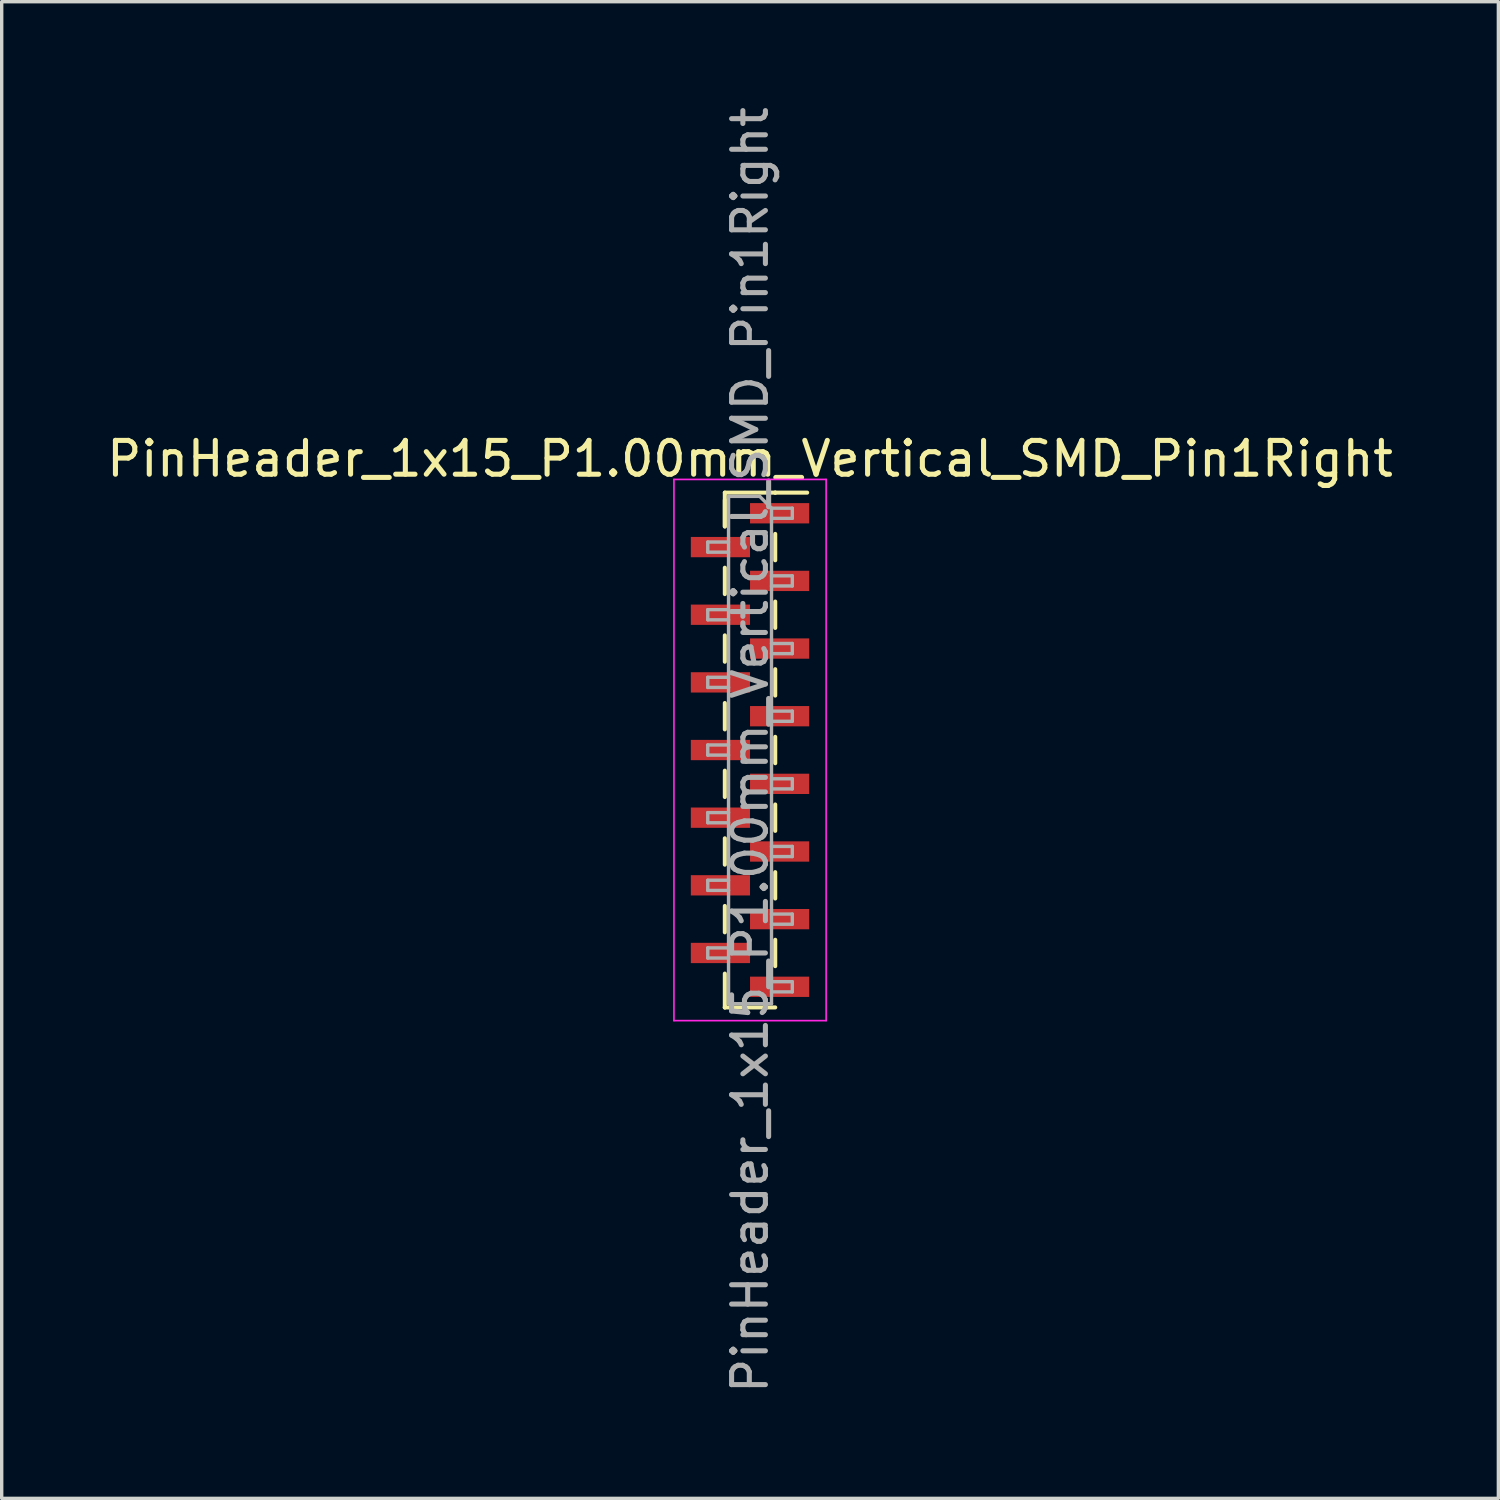
<source format=kicad_pcb>
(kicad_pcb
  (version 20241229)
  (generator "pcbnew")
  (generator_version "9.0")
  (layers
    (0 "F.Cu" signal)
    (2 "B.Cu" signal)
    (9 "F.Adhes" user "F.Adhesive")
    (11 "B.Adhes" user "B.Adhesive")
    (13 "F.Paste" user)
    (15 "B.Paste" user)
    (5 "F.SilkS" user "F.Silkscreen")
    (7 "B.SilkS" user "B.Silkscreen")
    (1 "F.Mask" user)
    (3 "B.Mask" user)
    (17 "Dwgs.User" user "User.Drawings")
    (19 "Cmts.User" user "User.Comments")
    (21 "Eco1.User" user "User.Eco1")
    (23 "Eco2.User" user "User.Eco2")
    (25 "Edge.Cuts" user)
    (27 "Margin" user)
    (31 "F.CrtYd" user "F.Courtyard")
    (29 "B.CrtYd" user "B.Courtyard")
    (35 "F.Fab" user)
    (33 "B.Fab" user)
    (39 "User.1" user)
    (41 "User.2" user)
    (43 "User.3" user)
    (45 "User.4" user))
  (footprint "PinHeader_1x15_P1.00mm_Vertical_SMD_Pin1Right"
    (layer "F.Cu")
    (at 19.125 19.125)
    (property "Reference" "PinHeader_1x15_P1.00mm_Vertical_SMD_Pin1Right" (at 0 -8.61 0) (layer "F.SilkS") (effects (font (size 1 1) (thickness 0.15))))
    (attr smd)
    (fp_line (start -0.745 -7.61) (end -0.745 -6.61) (stroke (width 0.12) (type solid)) (layer "F.SilkS"))
    (fp_line (start -0.745 -7.61) (end 0.745 -7.61) (stroke (width 0.12) (type solid)) (layer "F.SilkS"))
    (fp_line (start -0.745 -7.39) (end -0.745 -6.61) (stroke (width 0.12) (type solid)) (layer "F.SilkS"))
    (fp_line (start -0.745 -5.39) (end -0.745 -4.61) (stroke (width 0.12) (type solid)) (layer "F.SilkS"))
    (fp_line (start -0.745 -3.39) (end -0.745 -2.61) (stroke (width 0.12) (type solid)) (layer "F.SilkS"))
    (fp_line (start -0.745 -1.39) (end -0.745 -0.61) (stroke (width 0.12) (type solid)) (layer "F.SilkS"))
    (fp_line (start -0.745 0.61) (end -0.745 1.39) (stroke (width 0.12) (type solid)) (layer "F.SilkS"))
    (fp_line (start -0.745 2.61) (end -0.745 3.39) (stroke (width 0.12) (type solid)) (layer "F.SilkS"))
    (fp_line (start -0.745 4.61) (end -0.745 5.39) (stroke (width 0.12) (type solid)) (layer "F.SilkS"))
    (fp_line (start -0.745 6.61) (end -0.745 7.61) (stroke (width 0.12) (type solid)) (layer "F.SilkS"))
    (fp_line (start -0.745 7.61) (end -0.745 7.61) (stroke (width 0.12) (type solid)) (layer "F.SilkS"))
    (fp_line (start -0.745 7.61) (end 0.745 7.61) (stroke (width 0.12) (type solid)) (layer "F.SilkS"))
    (fp_line (start 0.745 -7.61) (end 0.745 -7.61) (stroke (width 0.12) (type solid)) (layer "F.SilkS"))
    (fp_line (start 0.745 -7.61) (end 1.69 -7.61) (stroke (width 0.12) (type solid)) (layer "F.SilkS"))
    (fp_line (start 0.745 -6.39) (end 0.745 -5.61) (stroke (width 0.12) (type solid)) (layer "F.SilkS"))
    (fp_line (start 0.745 -4.39) (end 0.745 -3.61) (stroke (width 0.12) (type solid)) (layer "F.SilkS"))
    (fp_line (start 0.745 -2.39) (end 0.745 -1.61) (stroke (width 0.12) (type solid)) (layer "F.SilkS"))
    (fp_line (start 0.745 -0.39) (end 0.745 0.39) (stroke (width 0.12) (type solid)) (layer "F.SilkS"))
    (fp_line (start 0.745 1.61) (end 0.745 2.39) (stroke (width 0.12) (type solid)) (layer "F.SilkS"))
    (fp_line (start 0.745 3.61) (end 0.745 4.39) (stroke (width 0.12) (type solid)) (layer "F.SilkS"))
    (fp_line (start 0.745 5.61) (end 0.745 6.39) (stroke (width 0.12) (type solid)) (layer "F.SilkS"))
    (fp_line (start -2.25 -8) (end -2.25 8) (stroke (width 0.05) (type solid)) (layer "F.CrtYd"))
    (fp_line (start -2.25 8) (end 2.25 8) (stroke (width 0.05) (type solid)) (layer "F.CrtYd"))
    (fp_line (start 2.25 -8) (end -2.25 -8) (stroke (width 0.05) (type solid)) (layer "F.CrtYd"))
    (fp_line (start 2.25 8) (end 2.25 -8) (stroke (width 0.05) (type solid)) (layer "F.CrtYd"))
    (fp_line (start -1.25 -6.15) (end -1.25 -5.85) (stroke (width 0.1) (type solid)) (layer "F.Fab"))
    (fp_line (start -1.25 -5.85) (end -0.635 -5.85) (stroke (width 0.1) (type solid)) (layer "F.Fab"))
    (fp_line (start -1.25 -4.15) (end -1.25 -3.85) (stroke (width 0.1) (type solid)) (layer "F.Fab"))
    (fp_line (start -1.25 -3.85) (end -0.635 -3.85) (stroke (width 0.1) (type solid)) (layer "F.Fab"))
    (fp_line (start -1.25 -2.15) (end -1.25 -1.85) (stroke (width 0.1) (type solid)) (layer "F.Fab"))
    (fp_line (start -1.25 -1.85) (end -0.635 -1.85) (stroke (width 0.1) (type solid)) (layer "F.Fab"))
    (fp_line (start -1.25 -0.15) (end -1.25 0.15) (stroke (width 0.1) (type solid)) (layer "F.Fab"))
    (fp_line (start -1.25 0.15) (end -0.635 0.15) (stroke (width 0.1) (type solid)) (layer "F.Fab"))
    (fp_line (start -1.25 1.85) (end -1.25 2.15) (stroke (width 0.1) (type solid)) (layer "F.Fab"))
    (fp_line (start -1.25 2.15) (end -0.635 2.15) (stroke (width 0.1) (type solid)) (layer "F.Fab"))
    (fp_line (start -1.25 3.85) (end -1.25 4.15) (stroke (width 0.1) (type solid)) (layer "F.Fab"))
    (fp_line (start -1.25 4.15) (end -0.635 4.15) (stroke (width 0.1) (type solid)) (layer "F.Fab"))
    (fp_line (start -1.25 5.85) (end -1.25 6.15) (stroke (width 0.1) (type solid)) (layer "F.Fab"))
    (fp_line (start -1.25 6.15) (end -0.635 6.15) (stroke (width 0.1) (type solid)) (layer "F.Fab"))
    (fp_line (start -0.635 -7.5) (end -0.635 7.5) (stroke (width 0.1) (type solid)) (layer "F.Fab"))
    (fp_line (start -0.635 -7.5) (end 0.285 -7.5) (stroke (width 0.1) (type solid)) (layer "F.Fab"))
    (fp_line (start -0.635 -6.15) (end -1.25 -6.15) (stroke (width 0.1) (type solid)) (layer "F.Fab"))
    (fp_line (start -0.635 -4.15) (end -1.25 -4.15) (stroke (width 0.1) (type solid)) (layer "F.Fab"))
    (fp_line (start -0.635 -2.15) (end -1.25 -2.15) (stroke (width 0.1) (type solid)) (layer "F.Fab"))
    (fp_line (start -0.635 -0.15) (end -1.25 -0.15) (stroke (width 0.1) (type solid)) (layer "F.Fab"))
    (fp_line (start -0.635 1.85) (end -1.25 1.85) (stroke (width 0.1) (type solid)) (layer "F.Fab"))
    (fp_line (start -0.635 3.85) (end -1.25 3.85) (stroke (width 0.1) (type solid)) (layer "F.Fab"))
    (fp_line (start -0.635 5.85) (end -1.25 5.85) (stroke (width 0.1) (type solid)) (layer "F.Fab"))
    (fp_line (start 0.635 -7.15) (end 0.285 -7.5) (stroke (width 0.1) (type solid)) (layer "F.Fab"))
    (fp_line (start 0.635 -7.15) (end 1.25 -7.15) (stroke (width 0.1) (type solid)) (layer "F.Fab"))
    (fp_line (start 0.635 -5.15) (end 1.25 -5.15) (stroke (width 0.1) (type solid)) (layer "F.Fab"))
    (fp_line (start 0.635 -3.15) (end 1.25 -3.15) (stroke (width 0.1) (type solid)) (layer "F.Fab"))
    (fp_line (start 0.635 -1.15) (end 1.25 -1.15) (stroke (width 0.1) (type solid)) (layer "F.Fab"))
    (fp_line (start 0.635 0.85) (end 1.25 0.85) (stroke (width 0.1) (type solid)) (layer "F.Fab"))
    (fp_line (start 0.635 2.85) (end 1.25 2.85) (stroke (width 0.1) (type solid)) (layer "F.Fab"))
    (fp_line (start 0.635 4.85) (end 1.25 4.85) (stroke (width 0.1) (type solid)) (layer "F.Fab"))
    (fp_line (start 0.635 6.85) (end 1.25 6.85) (stroke (width 0.1) (type solid)) (layer "F.Fab"))
    (fp_line (start 0.635 7.5) (end -0.635 7.5) (stroke (width 0.1) (type solid)) (layer "F.Fab"))
    (fp_line (start 0.635 7.5) (end 0.635 -7.15) (stroke (width 0.1) (type solid)) (layer "F.Fab"))
    (fp_line (start 1.25 -7.15) (end 1.25 -6.85) (stroke (width 0.1) (type solid)) (layer "F.Fab"))
    (fp_line (start 1.25 -6.85) (end 0.635 -6.85) (stroke (width 0.1) (type solid)) (layer "F.Fab"))
    (fp_line (start 1.25 -5.15) (end 1.25 -4.85) (stroke (width 0.1) (type solid)) (layer "F.Fab"))
    (fp_line (start 1.25 -4.85) (end 0.635 -4.85) (stroke (width 0.1) (type solid)) (layer "F.Fab"))
    (fp_line (start 1.25 -3.15) (end 1.25 -2.85) (stroke (width 0.1) (type solid)) (layer "F.Fab"))
    (fp_line (start 1.25 -2.85) (end 0.635 -2.85) (stroke (width 0.1) (type solid)) (layer "F.Fab"))
    (fp_line (start 1.25 -1.15) (end 1.25 -0.85) (stroke (width 0.1) (type solid)) (layer "F.Fab"))
    (fp_line (start 1.25 -0.85) (end 0.635 -0.85) (stroke (width 0.1) (type solid)) (layer "F.Fab"))
    (fp_line (start 1.25 0.85) (end 1.25 1.15) (stroke (width 0.1) (type solid)) (layer "F.Fab"))
    (fp_line (start 1.25 1.15) (end 0.635 1.15) (stroke (width 0.1) (type solid)) (layer "F.Fab"))
    (fp_line (start 1.25 2.85) (end 1.25 3.15) (stroke (width 0.1) (type solid)) (layer "F.Fab"))
    (fp_line (start 1.25 3.15) (end 0.635 3.15) (stroke (width 0.1) (type solid)) (layer "F.Fab"))
    (fp_line (start 1.25 4.85) (end 1.25 5.15) (stroke (width 0.1) (type solid)) (layer "F.Fab"))
    (fp_line (start 1.25 5.15) (end 0.635 5.15) (stroke (width 0.1) (type solid)) (layer "F.Fab"))
    (fp_line (start 1.25 6.85) (end 1.25 7.15) (stroke (width 0.1) (type solid)) (layer "F.Fab"))
    (fp_line (start 1.25 7.15) (end 0.635 7.15) (stroke (width 0.1) (type solid)) (layer "F.Fab"))
    (fp_text user "${REFERENCE}" (at 0 0 90) (layer "F.Fab") (effects (font (size 1 1) (thickness 0.15))))
    (pad "1" smd rect (at 0.875 -7) (size 1.75 0.6) (layers "F.Cu" "F.Mask" "F.Paste"))
    (pad "2" smd rect (at -0.875 -6) (size 1.75 0.6) (layers "F.Cu" "F.Mask" "F.Paste"))
    (pad "3" smd rect (at 0.875 -5) (size 1.75 0.6) (layers "F.Cu" "F.Mask" "F.Paste"))
    (pad "4" smd rect (at -0.875 -4) (size 1.75 0.6) (layers "F.Cu" "F.Mask" "F.Paste"))
    (pad "5" smd rect (at 0.875 -3) (size 1.75 0.6) (layers "F.Cu" "F.Mask" "F.Paste"))
    (pad "6" smd rect (at -0.875 -2) (size 1.75 0.6) (layers "F.Cu" "F.Mask" "F.Paste"))
    (pad "7" smd rect (at 0.875 -1) (size 1.75 0.6) (layers "F.Cu" "F.Mask" "F.Paste"))
    (pad "8" smd rect (at -0.875 0) (size 1.75 0.6) (layers "F.Cu" "F.Mask" "F.Paste"))
    (pad "9" smd rect (at 0.875 1) (size 1.75 0.6) (layers "F.Cu" "F.Mask" "F.Paste"))
    (pad "10" smd rect (at -0.875 2) (size 1.75 0.6) (layers "F.Cu" "F.Mask" "F.Paste"))
    (pad "11" smd rect (at 0.875 3) (size 1.75 0.6) (layers "F.Cu" "F.Mask" "F.Paste"))
    (pad "12" smd rect (at -0.875 4) (size 1.75 0.6) (layers "F.Cu" "F.Mask" "F.Paste"))
    (pad "13" smd rect (at 0.875 5) (size 1.75 0.6) (layers "F.Cu" "F.Mask" "F.Paste"))
    (pad "14" smd rect (at -0.875 6) (size 1.75 0.6) (layers "F.Cu" "F.Mask" "F.Paste"))
    (pad "15" smd rect (at 0.875 7) (size 1.75 0.6) (layers "F.Cu" "F.Mask" "F.Paste")))
  (gr_rect
    (start -3 -3)
    (end 41.25 41.25)
    (stroke (width 0.1) (type default))
    (fill no)
    (layer "Edge.Cuts")))
</source>
